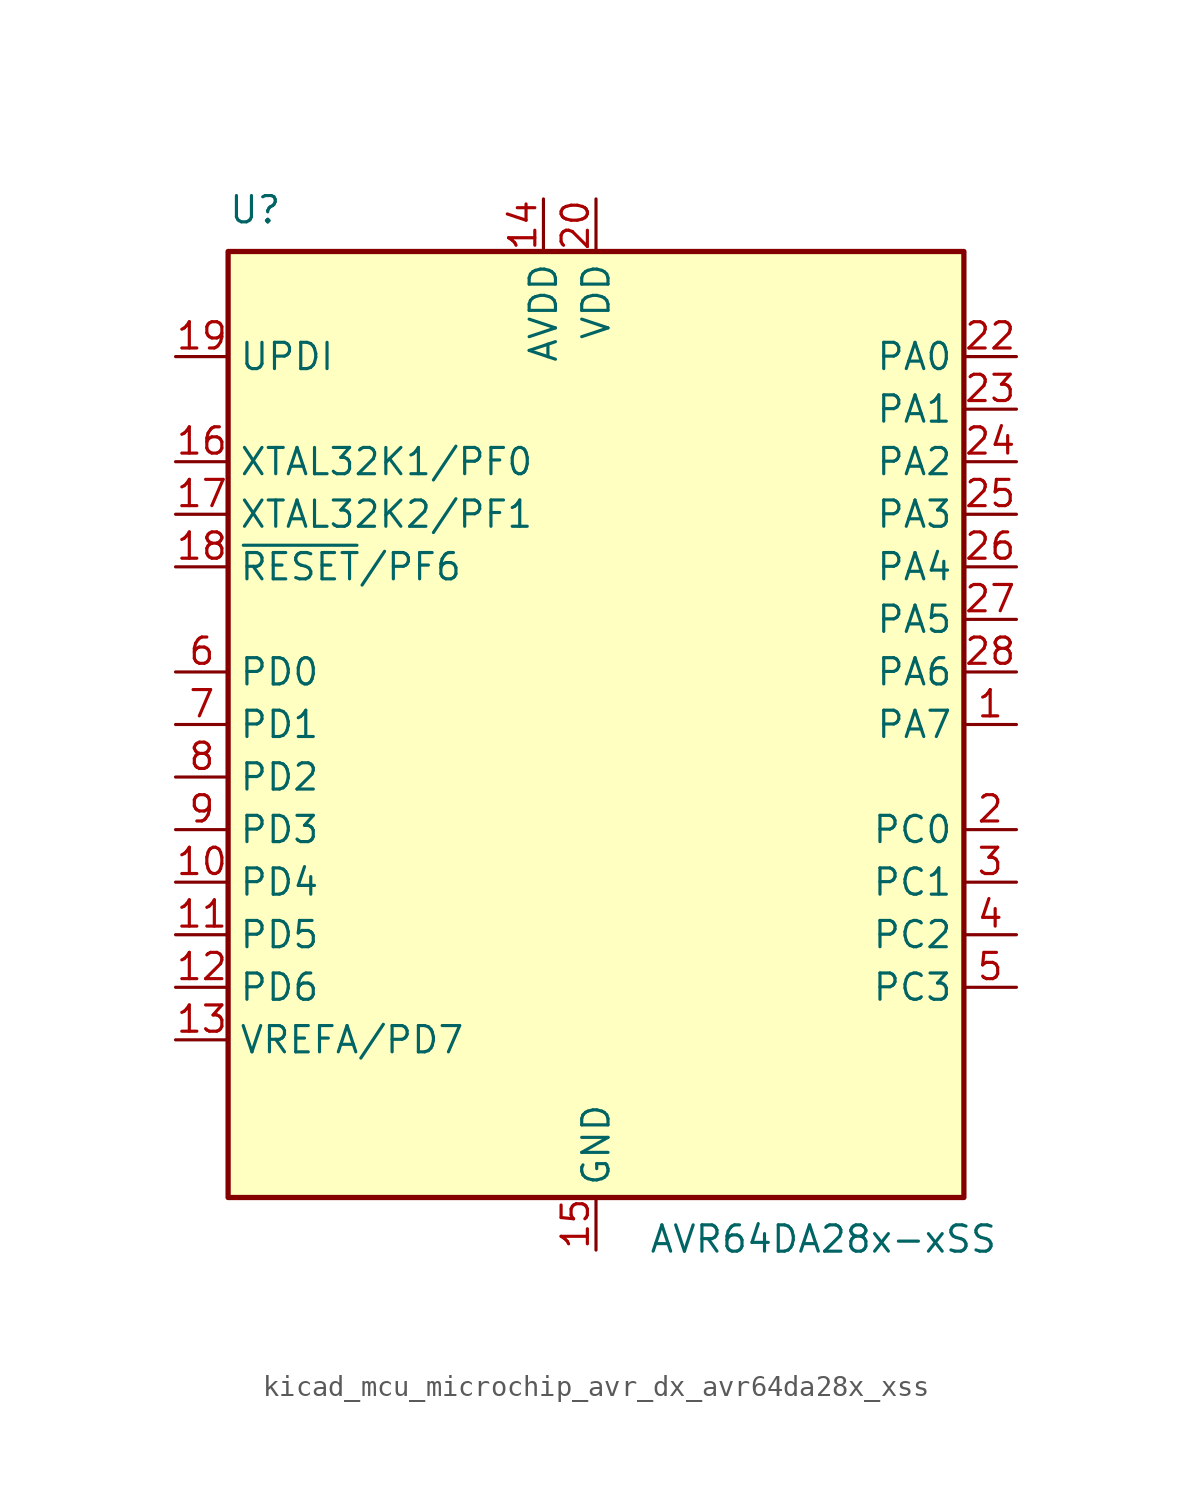
<source format=kicad_sym>
(kicad_symbol_lib
  (version 20220914)
  (generator kicad_symbol_editor)
  (symbol "kicad_mcu_microchip_avr_dx_avr64da28x_xss"
    (property "Reference" "U"
      (at -17.78 24.13 0)
      (effects (font (size 1.27 1.27)) (justify left bottom)))
    (property "Value" "AVR64DA28x-xSS"
      (at 2.54 -24.13 0)
      (effects (font (size 1.27 1.27)) (justify left top)))
    (symbol "kicad_mcu_microchip_avr_dx_avr64da28x_xss_0_1"
      (rectangle (start -17.78 22.86) (end 17.78 -22.86) (stroke (width 0.254) (type default)) (fill (type background))))
    (symbol "kicad_mcu_microchip_avr_dx_avr64da28x_xss_1_1"
      (pin bidirectional line (at 20.32 0 180) (length 2.54) (name "PA7" (effects (font (size 1.27 1.27)))) (number "1" (effects (font (size 1.27 1.27)))))
      (pin bidirectional line (at -20.32 -7.62 0) (length 2.54) (name "PD4" (effects (font (size 1.27 1.27)))) (number "10" (effects (font (size 1.27 1.27)))))
      (pin bidirectional line (at -20.32 -10.16 0) (length 2.54) (name "PD5" (effects (font (size 1.27 1.27)))) (number "11" (effects (font (size 1.27 1.27)))))
      (pin bidirectional line (at -20.32 -12.7 0) (length 2.54) (name "PD6" (effects (font (size 1.27 1.27)))) (number "12" (effects (font (size 1.27 1.27)))))
      (pin bidirectional line (at -20.32 -15.24 0) (length 2.54) (name "VREFA/PD7" (effects (font (size 1.27 1.27)))) (number "13" (effects (font (size 1.27 1.27)))))
      (pin power_in line (at -2.54 25.4 270) (length 2.54) (name "AVDD" (effects (font (size 1.27 1.27)))) (number "14" (effects (font (size 1.27 1.27)))))
      (pin power_in line (at 0 -25.4 90) (length 2.54) (name "GND" (effects (font (size 1.27 1.27)))) (number "15" (effects (font (size 1.27 1.27)))))
      (pin bidirectional line (at -20.32 12.7 0) (length 2.54) (name "XTAL32K1/PF0" (effects (font (size 1.27 1.27)))) (number "16" (effects (font (size 1.27 1.27)))))
      (pin bidirectional line (at -20.32 10.16 0) (length 2.54) (name "XTAL32K2/PF1" (effects (font (size 1.27 1.27)))) (number "17" (effects (font (size 1.27 1.27)))))
      (pin bidirectional line (at -20.32 7.62 0) (length 2.54) (name "~{RESET}/PF6" (effects (font (size 1.27 1.27)))) (number "18" (effects (font (size 1.27 1.27)))))
      (pin input line (at -20.32 17.78 0) (length 2.54) (name "UPDI" (effects (font (size 1.27 1.27)))) (number "19" (effects (font (size 1.27 1.27)))))
      (pin bidirectional line (at 20.32 -5.08 180) (length 2.54) (name "PC0" (effects (font (size 1.27 1.27)))) (number "2" (effects (font (size 1.27 1.27)))))
      (pin power_in line (at 0 25.4 270) (length 2.54) (name "VDD" (effects (font (size 1.27 1.27)))) (number "20" (effects (font (size 1.27 1.27)))))
      (pin passive line (at 0 -25.4 90) (length 2.54) hide (name "GND" (effects (font (size 1.27 1.27)))) (number "21" (effects (font (size 1.27 1.27)))))
      (pin bidirectional line (at 20.32 17.78 180) (length 2.54) (name "PA0" (effects (font (size 1.27 1.27)))) (number "22" (effects (font (size 1.27 1.27)))))
      (pin bidirectional line (at 20.32 15.24 180) (length 2.54) (name "PA1" (effects (font (size 1.27 1.27)))) (number "23" (effects (font (size 1.27 1.27)))))
      (pin bidirectional line (at 20.32 12.7 180) (length 2.54) (name "PA2" (effects (font (size 1.27 1.27)))) (number "24" (effects (font (size 1.27 1.27)))))
      (pin bidirectional line (at 20.32 10.16 180) (length 2.54) (name "PA3" (effects (font (size 1.27 1.27)))) (number "25" (effects (font (size 1.27 1.27)))))
      (pin bidirectional line (at 20.32 7.62 180) (length 2.54) (name "PA4" (effects (font (size 1.27 1.27)))) (number "26" (effects (font (size 1.27 1.27)))))
      (pin bidirectional line (at 20.32 5.08 180) (length 2.54) (name "PA5" (effects (font (size 1.27 1.27)))) (number "27" (effects (font (size 1.27 1.27)))))
      (pin bidirectional line (at 20.32 2.54 180) (length 2.54) (name "PA6" (effects (font (size 1.27 1.27)))) (number "28" (effects (font (size 1.27 1.27)))))
      (pin bidirectional line (at 20.32 -7.62 180) (length 2.54) (name "PC1" (effects (font (size 1.27 1.27)))) (number "3" (effects (font (size 1.27 1.27)))))
      (pin bidirectional line (at 20.32 -10.16 180) (length 2.54) (name "PC2" (effects (font (size 1.27 1.27)))) (number "4" (effects (font (size 1.27 1.27)))))
      (pin bidirectional line (at 20.32 -12.7 180) (length 2.54) (name "PC3" (effects (font (size 1.27 1.27)))) (number "5" (effects (font (size 1.27 1.27)))))
      (pin bidirectional line (at -20.32 2.54 0) (length 2.54) (name "PD0" (effects (font (size 1.27 1.27)))) (number "6" (effects (font (size 1.27 1.27)))))
      (pin bidirectional line (at -20.32 0 0) (length 2.54) (name "PD1" (effects (font (size 1.27 1.27)))) (number "7" (effects (font (size 1.27 1.27)))))
      (pin bidirectional line (at -20.32 -2.54 0) (length 2.54) (name "PD2" (effects (font (size 1.27 1.27)))) (number "8" (effects (font (size 1.27 1.27)))))
      (pin bidirectional line (at -20.32 -5.08 0) (length 2.54) (name "PD3" (effects (font (size 1.27 1.27)))) (number "9" (effects (font (size 1.27 1.27))))))))
</source>
